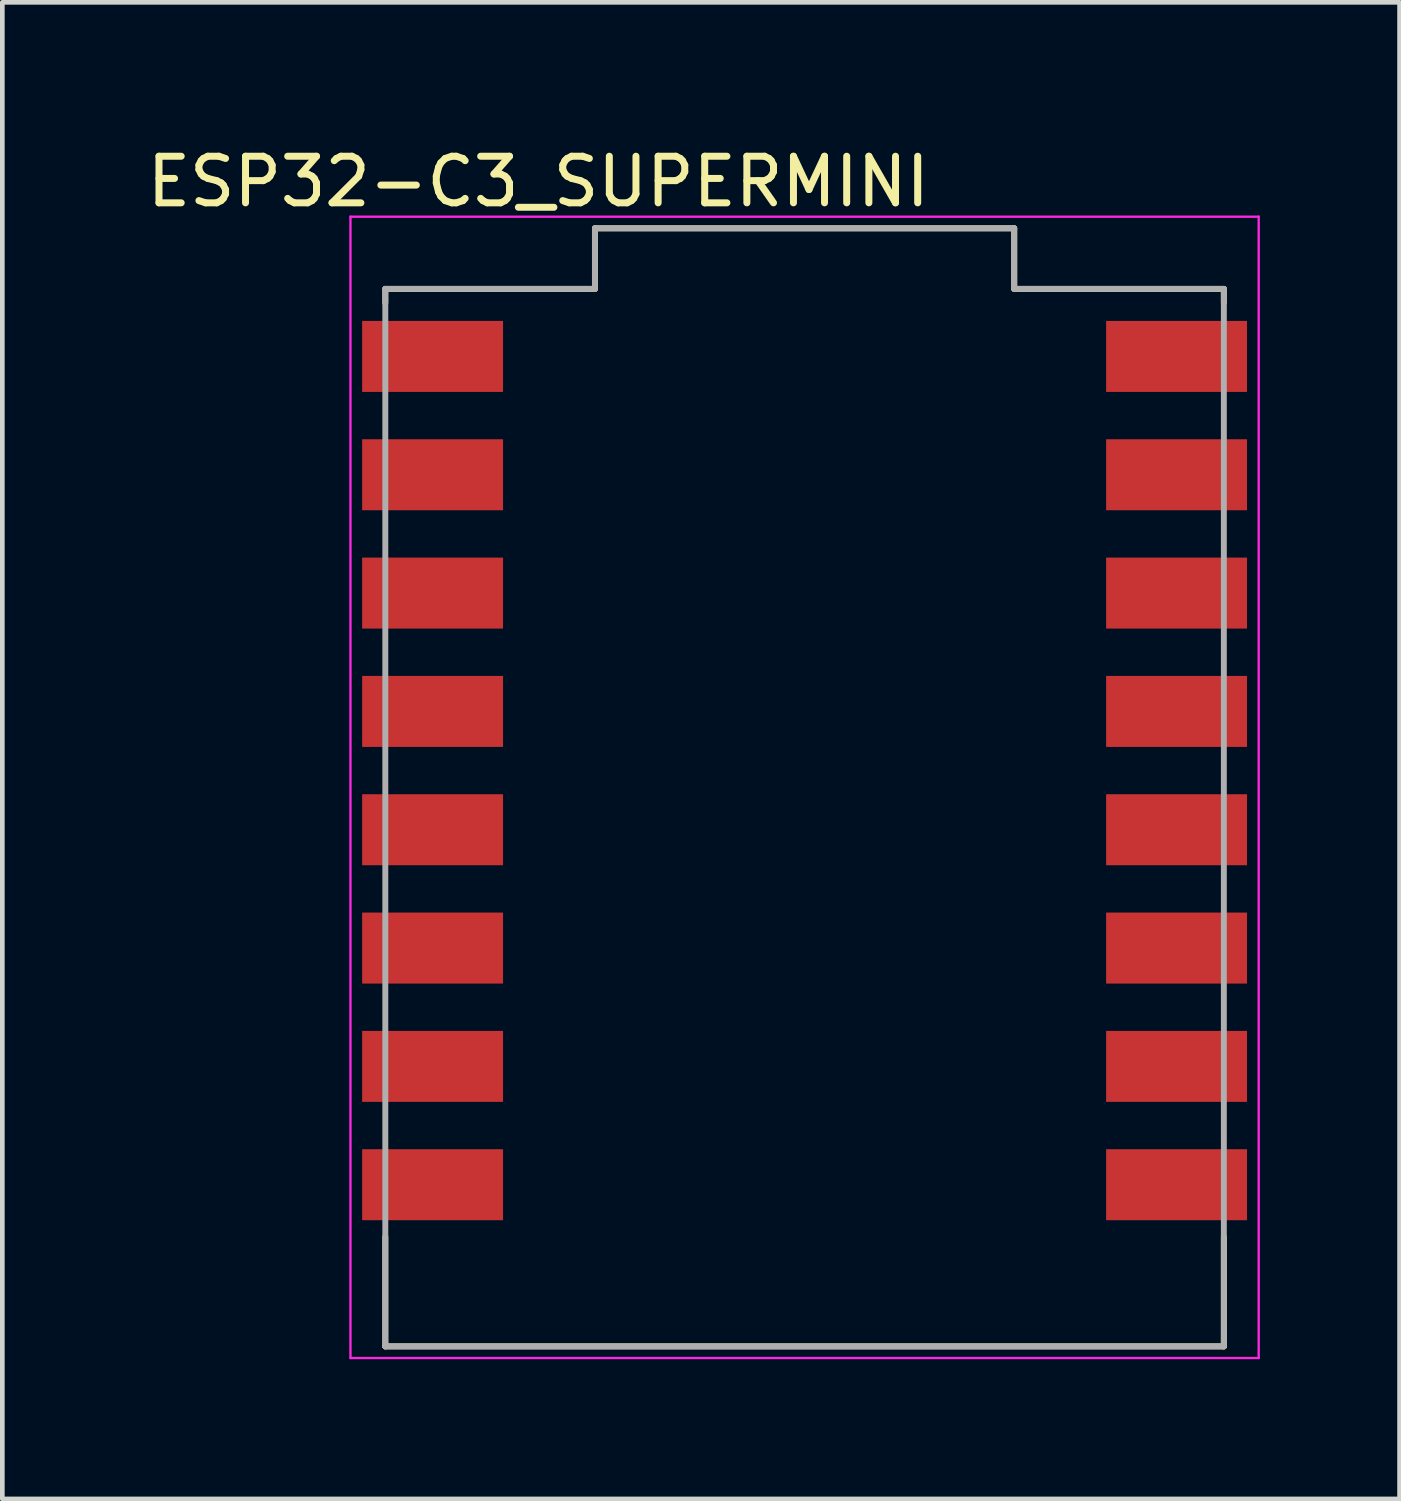
<source format=kicad_pcb>
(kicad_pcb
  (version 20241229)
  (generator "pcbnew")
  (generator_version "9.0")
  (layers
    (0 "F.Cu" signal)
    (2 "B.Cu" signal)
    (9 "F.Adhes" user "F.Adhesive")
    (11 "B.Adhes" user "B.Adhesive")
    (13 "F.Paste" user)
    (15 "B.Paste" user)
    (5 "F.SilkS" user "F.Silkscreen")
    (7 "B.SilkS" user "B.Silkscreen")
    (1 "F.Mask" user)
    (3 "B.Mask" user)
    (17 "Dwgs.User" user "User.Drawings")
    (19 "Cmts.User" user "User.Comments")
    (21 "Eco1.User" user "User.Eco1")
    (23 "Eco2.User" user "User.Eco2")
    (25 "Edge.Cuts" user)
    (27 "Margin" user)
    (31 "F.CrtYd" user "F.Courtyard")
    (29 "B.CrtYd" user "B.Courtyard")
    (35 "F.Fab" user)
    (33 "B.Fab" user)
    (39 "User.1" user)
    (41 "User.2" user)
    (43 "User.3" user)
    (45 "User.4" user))
  (footprint "ESP32-C3_SUPERMINI"
    (layer "F.Cu")
    (at 14.221 14.501)
    (property "Reference" "ESP32-C3_SUPERMINI" (at -5.715 -13.652 0) (layer "F.SilkS") (effects (font (size 1 1) (thickness 0.15))))
    (attr smd)
    (fp_line (start -9 -11.05) (end -9 -11.35) (stroke (width 0.127) (type solid)) (layer "F.SilkS"))
    (fp_line (start -9 11.35) (end -9 9) (stroke (width 0.127) (type solid)) (layer "F.SilkS"))
    (fp_line (start -4.5 -12.65) (end -4.5 -11.35) (stroke (width 0.127) (type solid)) (layer "F.SilkS"))
    (fp_line (start -4.5 -11.35) (end -9 -11.35) (stroke (width 0.127) (type solid)) (layer "F.SilkS"))
    (fp_line (start 4.5 -12.65) (end -4.5 -12.65) (stroke (width 0.127) (type solid)) (layer "F.SilkS"))
    (fp_line (start 4.5 -12.65) (end 4.5 -11.35) (stroke (width 0.127) (type solid)) (layer "F.SilkS"))
    (fp_line (start 9 -11.35) (end 4.5 -11.35) (stroke (width 0.127) (type solid)) (layer "F.SilkS"))
    (fp_line (start 9 -11.05) (end 9 -11.35) (stroke (width 0.127) (type solid)) (layer "F.SilkS"))
    (fp_line (start 9 11.35) (end -9 11.35) (stroke (width 0.127) (type solid)) (layer "F.SilkS"))
    (fp_line (start 9 11.35) (end 9 9) (stroke (width 0.127) (type solid)) (layer "F.SilkS"))
    (fp_line (start -9.748 -12.9) (end 9.748 -12.9) (stroke (width 0.05) (type solid)) (layer "F.CrtYd"))
    (fp_line (start -9.748 11.6) (end -9.748 -12.9) (stroke (width 0.05) (type solid)) (layer "F.CrtYd"))
    (fp_line (start 9.748 -12.9) (end 9.748 11.6) (stroke (width 0.05) (type solid)) (layer "F.CrtYd"))
    (fp_line (start 9.748 11.6) (end -9.748 11.6) (stroke (width 0.05) (type solid)) (layer "F.CrtYd"))
    (fp_line (start -9 11.35) (end -9 -11.35) (stroke (width 0.127) (type solid)) (layer "F.Fab"))
    (fp_line (start -4.5 -12.65) (end -4.5 -11.35) (stroke (width 0.127) (type solid)) (layer "F.Fab"))
    (fp_line (start -4.5 -11.35) (end -9 -11.35) (stroke (width 0.127) (type solid)) (layer "F.Fab"))
    (fp_line (start 4.5 -12.65) (end -4.5 -12.65) (stroke (width 0.127) (type solid)) (layer "F.Fab"))
    (fp_line (start 4.5 -12.65) (end 4.5 -11.35) (stroke (width 0.127) (type solid)) (layer "F.Fab"))
    (fp_line (start 9 -11.35) (end 4.5 -11.35) (stroke (width 0.127) (type solid)) (layer "F.Fab"))
    (fp_line (start 9 11.35) (end -9 11.35) (stroke (width 0.127) (type solid)) (layer "F.Fab"))
    (fp_line (start 9 11.35) (end 9 -11.35) (stroke (width 0.127) (type solid)) (layer "F.Fab"))
    (pad "0" smd rect (at 7.985 7.88) (size 3.025 1.524) (layers "F.Cu" "F.Mask" "F.Paste"))
    (pad "1" smd rect (at 7.985 5.34) (size 3.025 1.524) (layers "F.Cu" "F.Mask" "F.Paste"))
    (pad "2" smd rect (at 7.985 2.8) (size 3.025 1.524) (layers "F.Cu" "F.Mask" "F.Paste"))
    (pad "3" smd rect (at 7.985 0.26) (size 3.025 1.524) (layers "F.Cu" "F.Mask" "F.Paste"))
    (pad "3.3" smd rect (at 7.985 -4.82) (size 3.025 1.524) (layers "F.Cu" "F.Mask" "F.Paste"))
    (pad "4" smd rect (at 7.985 -2.28) (size 3.025 1.524) (layers "F.Cu" "F.Mask" "F.Paste"))
    (pad "5" smd rect (at -7.985 -9.9) (size 3.025 1.524) (layers "F.Cu" "F.Mask" "F.Paste"))
    (pad "5V" smd rect (at 7.985 -9.9) (size 3.025 1.524) (layers "F.Cu" "F.Mask" "F.Paste"))
    (pad "6" smd rect (at -7.985 -7.36) (size 3.025 1.524) (layers "F.Cu" "F.Mask" "F.Paste"))
    (pad "7" smd rect (at -7.985 -4.82) (size 3.025 1.524) (layers "F.Cu" "F.Mask" "F.Paste"))
    (pad "8" smd rect (at -7.985 -2.28) (size 3.025 1.524) (layers "F.Cu" "F.Mask" "F.Paste"))
    (pad "9" smd rect (at -7.985 0.26) (size 3.025 1.524) (layers "F.Cu" "F.Mask" "F.Paste"))
    (pad "10" smd rect (at -7.985 2.8) (size 3.025 1.524) (layers "F.Cu" "F.Mask" "F.Paste"))
    (pad "20" smd rect (at -7.985 5.34) (size 3.025 1.524) (layers "F.Cu" "F.Mask" "F.Paste"))
    (pad "21" smd rect (at -7.985 7.88) (size 3.025 1.524) (layers "F.Cu" "F.Mask" "F.Paste"))
    (pad "G" smd rect (at 7.985 -7.36) (size 3.025 1.524) (layers "F.Cu" "F.Mask" "F.Paste")))
  (gr_rect
    (start -3 -3)
    (end 26.993 29.126)
    (stroke (width 0.1) (type default))
    (fill no)
    (layer "Edge.Cuts")))
</source>
